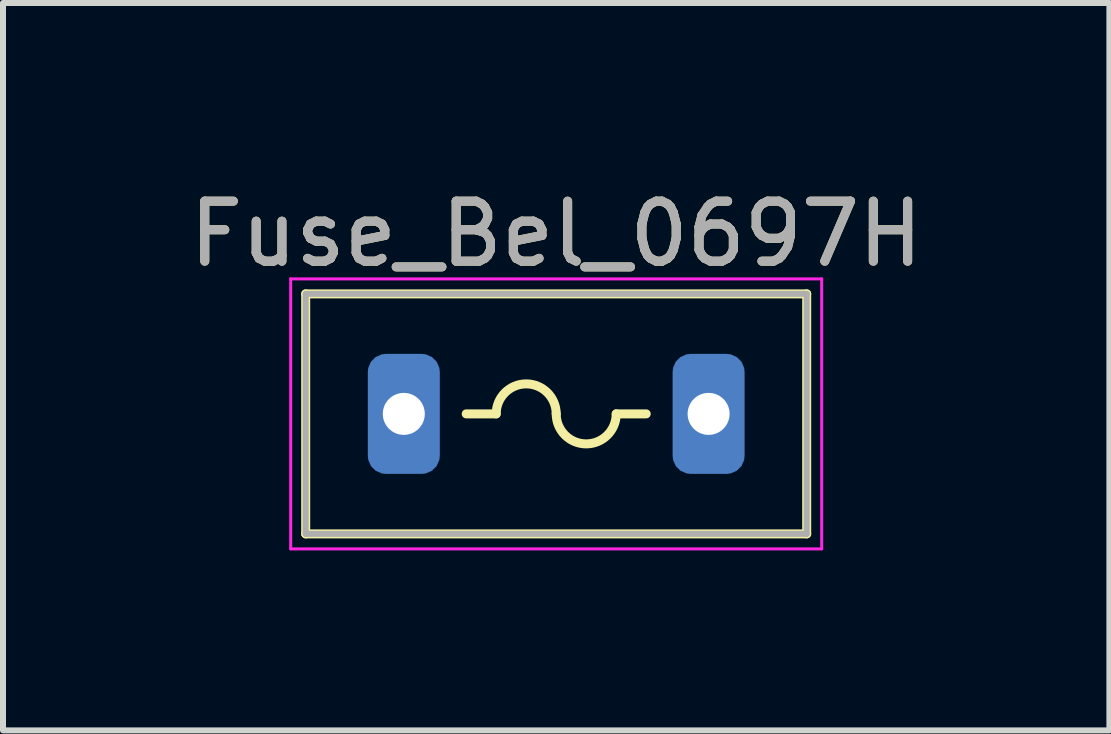
<source format=kicad_pcb>
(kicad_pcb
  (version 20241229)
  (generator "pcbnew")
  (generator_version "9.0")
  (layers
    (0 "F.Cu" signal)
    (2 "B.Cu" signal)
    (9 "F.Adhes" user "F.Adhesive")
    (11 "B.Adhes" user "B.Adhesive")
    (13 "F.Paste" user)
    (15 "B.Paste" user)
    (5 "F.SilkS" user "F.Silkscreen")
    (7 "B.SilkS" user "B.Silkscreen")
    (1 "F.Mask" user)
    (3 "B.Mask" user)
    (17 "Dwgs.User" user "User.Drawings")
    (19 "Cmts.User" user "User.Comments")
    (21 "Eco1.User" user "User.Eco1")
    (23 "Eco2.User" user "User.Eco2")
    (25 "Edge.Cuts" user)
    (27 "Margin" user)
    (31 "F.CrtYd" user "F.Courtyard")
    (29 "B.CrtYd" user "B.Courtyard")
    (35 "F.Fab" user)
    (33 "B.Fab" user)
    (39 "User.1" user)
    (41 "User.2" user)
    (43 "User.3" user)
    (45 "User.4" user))
  (footprint "Fuse_Bel_0697H"
    (layer "F.Cu")
    (at 6.22 3.848)
    (property "Reference" "Fuse_Bel_0697H" (at 0 -3 0) (layer "F.SilkS") (effects (font (size 1 1) (thickness 0.15))))
    (attr through_hole)
    (fp_line (start -4.175 -2) (end -4.175 2) (stroke (width 0.15) (type solid)) (layer "F.SilkS"))
    (fp_line (start -4.175 2) (end 4.175 2) (stroke (width 0.15) (type solid)) (layer "F.SilkS"))
    (fp_line (start -1 0) (end -1.5 0) (stroke (width 0.15) (type solid)) (layer "F.SilkS"))
    (fp_line (start 1 0) (end 1.5 0) (stroke (width 0.15) (type solid)) (layer "F.SilkS"))
    (fp_line (start 4.175 -2) (end -4.175 -2) (stroke (width 0.15) (type solid)) (layer "F.SilkS"))
    (fp_line (start 4.175 2) (end 4.175 -2) (stroke (width 0.15) (type solid)) (layer "F.SilkS"))
    (fp_arc (start -1 0) (mid -0.5 -0.5) (end 0 0) (stroke (width 0.15) (type solid)) (layer "F.SilkS"))
    (fp_arc (start 1 0) (mid 0.5 0.5) (end 0 0) (stroke (width 0.15) (type solid)) (layer "F.SilkS"))
    (fp_line (start -4.425 -2.25) (end -4.425 2.25) (stroke (width 0.05) (type solid)) (layer "F.CrtYd"))
    (fp_line (start -4.425 2.25) (end 4.425 2.25) (stroke (width 0.05) (type solid)) (layer "F.CrtYd"))
    (fp_line (start 4.425 -2.25) (end -4.425 -2.25) (stroke (width 0.05) (type solid)) (layer "F.CrtYd"))
    (fp_line (start 4.425 2.25) (end 4.425 -2.25) (stroke (width 0.05) (type solid)) (layer "F.CrtYd"))
    (fp_line (start -4.175 -2) (end 4.175 -2) (stroke (width 0.1) (type solid)) (layer "F.Fab"))
    (fp_line (start -4.175 2) (end -4.175 -2) (stroke (width 0.1) (type solid)) (layer "F.Fab"))
    (fp_line (start 4.175 -2) (end 4.175 2) (stroke (width 0.1) (type solid)) (layer "F.Fab"))
    (fp_line (start 4.175 2) (end -4.175 2) (stroke (width 0.1) (type solid)) (layer "F.Fab"))
    (fp_text user "${REFERENCE}" (at 0 -3 0) (layer "F.Fab") (effects (font (size 1 1) (thickness 0.15))))
    (pad "1" thru_hole circle (at -2.54 0) (size 1 1) (drill 0.7) (layers "*.Cu" "*.Mask"))
    (pad "1" connect roundrect (at -2.54 0) (size 1.2 2) (layers "B.Cu" "B.Mask") (roundrect_rratio 0.25))
    (pad "2" thru_hole circle (at 2.54 0) (size 1 1) (drill 0.7) (layers "*.Cu" "*.Mask"))
    (pad "2" connect roundrect (at 2.54 0) (size 1.2 2) (layers "B.Cu" "B.Mask") (roundrect_rratio 0.25)))
  (gr_rect
    (start -3 -3)
    (end 15.44 9.123)
    (stroke (width 0.1) (type default))
    (fill no)
    (layer "Edge.Cuts")))
</source>
